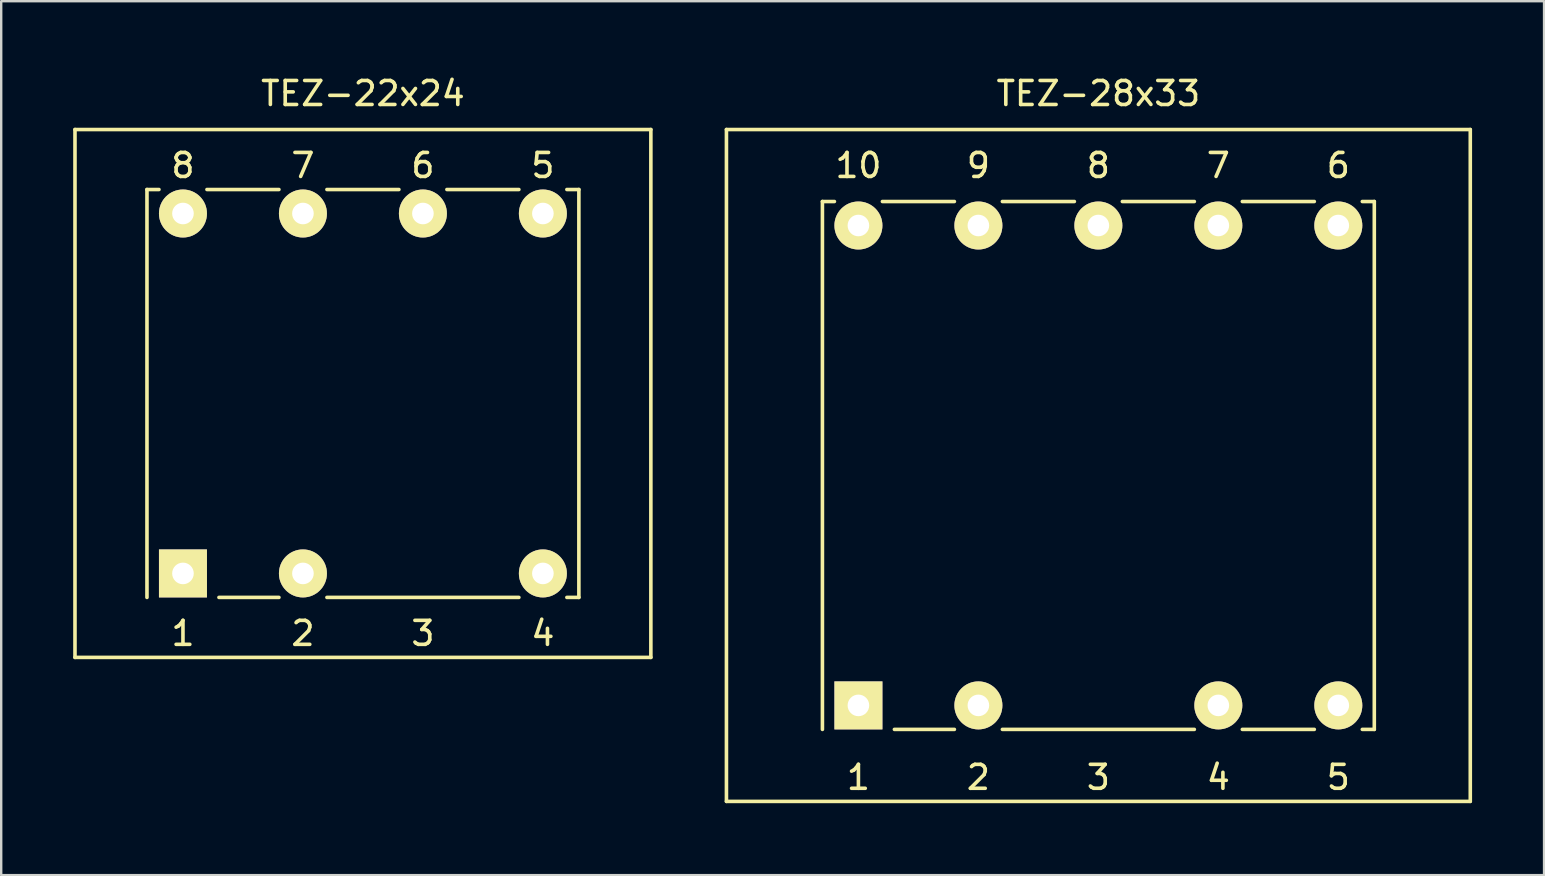
<source format=kicad_pcb>
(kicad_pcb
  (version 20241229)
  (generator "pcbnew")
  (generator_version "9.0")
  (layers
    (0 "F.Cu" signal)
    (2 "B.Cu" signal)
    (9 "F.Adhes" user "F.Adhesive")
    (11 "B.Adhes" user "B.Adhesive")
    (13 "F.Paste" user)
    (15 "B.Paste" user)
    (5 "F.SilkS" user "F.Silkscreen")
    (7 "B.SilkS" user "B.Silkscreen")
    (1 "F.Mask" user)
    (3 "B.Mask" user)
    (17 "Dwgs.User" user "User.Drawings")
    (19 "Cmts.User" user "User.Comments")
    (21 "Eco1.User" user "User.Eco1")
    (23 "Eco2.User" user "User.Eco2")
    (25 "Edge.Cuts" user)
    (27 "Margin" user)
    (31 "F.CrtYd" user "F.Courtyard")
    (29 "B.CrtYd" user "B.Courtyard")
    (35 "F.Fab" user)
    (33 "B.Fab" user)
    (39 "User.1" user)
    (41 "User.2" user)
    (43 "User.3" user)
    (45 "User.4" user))
  (footprint "TEZ-22x24"
    (layer "F.Cu")
    (at 12.075 13.348)
    (property "Reference" "TEZ-22x24" (at 0 -12.5 0) (layer "F.SilkS") (effects (font (size 1 1) (thickness 0.15))))
    (attr through_hole)
    (fp_line (start -12 -11) (end 12 -11) (stroke (width 0.15) (type solid)) (layer "F.SilkS"))
    (fp_line (start -12 11) (end -12 -11) (stroke (width 0.15) (type solid)) (layer "F.SilkS"))
    (fp_line (start -9 8.5) (end -9 -8.5) (stroke (width 0.15) (type solid)) (layer "F.SilkS"))
    (fp_line (start -8.5 -8.5) (end -9 -8.5) (stroke (width 0.15) (type solid)) (layer "F.SilkS"))
    (fp_line (start -6.5 -8.5) (end -3.5 -8.5) (stroke (width 0.15) (type solid)) (layer "F.SilkS"))
    (fp_line (start -3.5 8.5) (end -6 8.5) (stroke (width 0.15) (type solid)) (layer "F.SilkS"))
    (fp_line (start -1.5 -8.5) (end 1.5 -8.5) (stroke (width 0.15) (type solid)) (layer "F.SilkS"))
    (fp_line (start -1.5 8.5) (end 6.5 8.5) (stroke (width 0.15) (type solid)) (layer "F.SilkS"))
    (fp_line (start 3.5 -8.5) (end 6.5 -8.5) (stroke (width 0.15) (type solid)) (layer "F.SilkS"))
    (fp_line (start 8.5 -8.5) (end 9 -8.5) (stroke (width 0.15) (type solid)) (layer "F.SilkS"))
    (fp_line (start 8.5 8.5) (end 9 8.5) (stroke (width 0.15) (type solid)) (layer "F.SilkS"))
    (fp_line (start 9 8.5) (end 9 -8.5) (stroke (width 0.15) (type solid)) (layer "F.SilkS"))
    (fp_line (start 12 -11) (end 12 11) (stroke (width 0.15) (type solid)) (layer "F.SilkS"))
    (fp_line (start 12 11) (end -12 11) (stroke (width 0.15) (type solid)) (layer "F.SilkS"))
    (fp_text user "7" (at -2.5 -9.5 0) (layer "F.SilkS") (effects (font (size 1 1) (thickness 0.15))))
    (fp_text user "8" (at -7.5 -9.5 0) (layer "F.SilkS") (effects (font (size 1 1) (thickness 0.15))))
    (fp_text user "3" (at 2.5 10 0) (layer "F.SilkS") (effects (font (size 1 1) (thickness 0.15))))
    (fp_text user "5" (at 7.5 -9.5 0) (layer "F.SilkS") (effects (font (size 1 1) (thickness 0.15))))
    (fp_text user "1" (at -7.5 10 0) (layer "F.SilkS") (effects (font (size 1 1) (thickness 0.15))))
    (fp_text user "2" (at -2.5 10 0) (layer "F.SilkS") (effects (font (size 1 1) (thickness 0.15))))
    (fp_text user "4" (at 7.5 10 0) (layer "F.SilkS") (effects (font (size 1 1) (thickness 0.15))))
    (fp_text user "6" (at 2.5 -9.5 0) (layer "F.SilkS") (effects (font (size 1 1) (thickness 0.15))))
    (pad "1" thru_hole rect (at -7.5 7.5) (size 2 2) (drill 0.9) (layers "*.Cu" "*.Mask" "F.SilkS"))
    (pad "2" thru_hole circle (at -2.5 7.5) (size 2 2) (drill 0.9) (layers "*.Cu" "*.Mask" "F.SilkS"))
    (pad "4" thru_hole circle (at 7.5 7.5) (size 2 2) (drill 0.9) (layers "*.Cu" "*.Mask" "F.SilkS"))
    (pad "5" thru_hole circle (at 7.5 -7.5) (size 2 2) (drill 0.9) (layers "*.Cu" "*.Mask" "F.SilkS"))
    (pad "6" thru_hole circle (at 2.5 -7.5) (size 2 2) (drill 0.9) (layers "*.Cu" "*.Mask" "F.SilkS"))
    (pad "7" thru_hole circle (at -2.5 -7.5) (size 2 2) (drill 0.9) (layers "*.Cu" "*.Mask" "F.SilkS"))
    (pad "8" thru_hole circle (at -7.5 -7.5) (size 2 2) (drill 0.9) (layers "*.Cu" "*.Mask" "F.SilkS")))
  (footprint "TEZ-28x33"
    (layer "F.Cu")
    (at 42.725 16.348)
    (property "Reference" "TEZ-28x33" (at 0 -15.5 0) (layer "F.SilkS") (effects (font (size 1 1) (thickness 0.15))))
    (attr through_hole)
    (fp_line (start -15.5 -14) (end 15.5 -14) (stroke (width 0.15) (type solid)) (layer "F.SilkS"))
    (fp_line (start -15.5 14) (end -15.5 -14) (stroke (width 0.15) (type solid)) (layer "F.SilkS"))
    (fp_line (start -11.5 -11) (end -11.5 11) (stroke (width 0.15) (type solid)) (layer "F.SilkS"))
    (fp_line (start -11 -11) (end -11.5 -11) (stroke (width 0.15) (type solid)) (layer "F.SilkS"))
    (fp_line (start -8.5 11) (end -6 11) (stroke (width 0.15) (type solid)) (layer "F.SilkS"))
    (fp_line (start -6 -11) (end -9 -11) (stroke (width 0.15) (type solid)) (layer "F.SilkS"))
    (fp_line (start -4 11) (end 4 11) (stroke (width 0.15) (type solid)) (layer "F.SilkS"))
    (fp_line (start -1 -11) (end -4 -11) (stroke (width 0.15) (type solid)) (layer "F.SilkS"))
    (fp_line (start 4 -11) (end 1 -11) (stroke (width 0.15) (type solid)) (layer "F.SilkS"))
    (fp_line (start 6 11) (end 9 11) (stroke (width 0.15) (type solid)) (layer "F.SilkS"))
    (fp_line (start 9 -11) (end 6 -11) (stroke (width 0.15) (type solid)) (layer "F.SilkS"))
    (fp_line (start 11 11) (end 11.5 11) (stroke (width 0.15) (type solid)) (layer "F.SilkS"))
    (fp_line (start 11.5 -11) (end 11 -11) (stroke (width 0.15) (type solid)) (layer "F.SilkS"))
    (fp_line (start 11.5 11) (end 11.5 -11) (stroke (width 0.15) (type solid)) (layer "F.SilkS"))
    (fp_line (start 15.5 -14) (end 15.5 14) (stroke (width 0.15) (type solid)) (layer "F.SilkS"))
    (fp_line (start 15.5 14) (end -15.5 14) (stroke (width 0.15) (type solid)) (layer "F.SilkS"))
    (fp_text user "2" (at -5 13 0) (layer "F.SilkS") (effects (font (size 1 1) (thickness 0.15))))
    (fp_text user "4" (at 5 13 0) (layer "F.SilkS") (effects (font (size 1 1) (thickness 0.15))))
    (fp_text user "3" (at 0 13 0) (layer "F.SilkS") (effects (font (size 1 1) (thickness 0.15))))
    (fp_text user "7" (at 5 -12.5 0) (layer "F.SilkS") (effects (font (size 1 1) (thickness 0.15))))
    (fp_text user "1" (at -10 13 0) (layer "F.SilkS") (effects (font (size 1 1) (thickness 0.15))))
    (fp_text user "9" (at -5 -12.5 0) (layer "F.SilkS") (effects (font (size 1 1) (thickness 0.15))))
    (fp_text user "8" (at 0 -12.5 0) (layer "F.SilkS") (effects (font (size 1 1) (thickness 0.15))))
    (fp_text user "5" (at 10 13 0) (layer "F.SilkS") (effects (font (size 1 1) (thickness 0.15))))
    (fp_text user "6" (at 10 -12.5 0) (layer "F.SilkS") (effects (font (size 1 1) (thickness 0.15))))
    (fp_text user "10" (at -10 -12.5 0) (layer "F.SilkS") (effects (font (size 1 1) (thickness 0.15))))
    (pad "1" thru_hole rect (at -10 10) (size 2 2) (drill 0.9) (layers "*.Cu" "*.Mask" "F.SilkS"))
    (pad "2" thru_hole circle (at -5 10) (size 2 2) (drill 0.9) (layers "*.Cu" "*.Mask" "F.SilkS"))
    (pad "4" thru_hole circle (at 5 10) (size 2 2) (drill 0.9) (layers "*.Cu" "*.Mask" "F.SilkS"))
    (pad "5" thru_hole circle (at 10 10) (size 2 2) (drill 0.9) (layers "*.Cu" "*.Mask" "F.SilkS"))
    (pad "6" thru_hole circle (at 10 -10) (size 2 2) (drill 0.9) (layers "*.Cu" "*.Mask" "F.SilkS"))
    (pad "7" thru_hole circle (at 5 -10) (size 2 2) (drill 0.9) (layers "*.Cu" "*.Mask" "F.SilkS"))
    (pad "8" thru_hole circle (at 0 -10) (size 2 2) (drill 0.9) (layers "*.Cu" "*.Mask" "F.SilkS"))
    (pad "9" thru_hole circle (at -5 -10) (size 2 2) (drill 0.9) (layers "*.Cu" "*.Mask" "F.SilkS"))
    (pad "10" thru_hole circle (at -10 -10) (size 2 2) (drill 0.9) (layers "*.Cu" "*.Mask" "F.SilkS")))
  (gr_rect
    (start -3 -3)
    (end 61.3 33.423)
    (stroke (width 0.1) (type default))
    (fill no)
    (layer "Edge.Cuts")))
</source>
